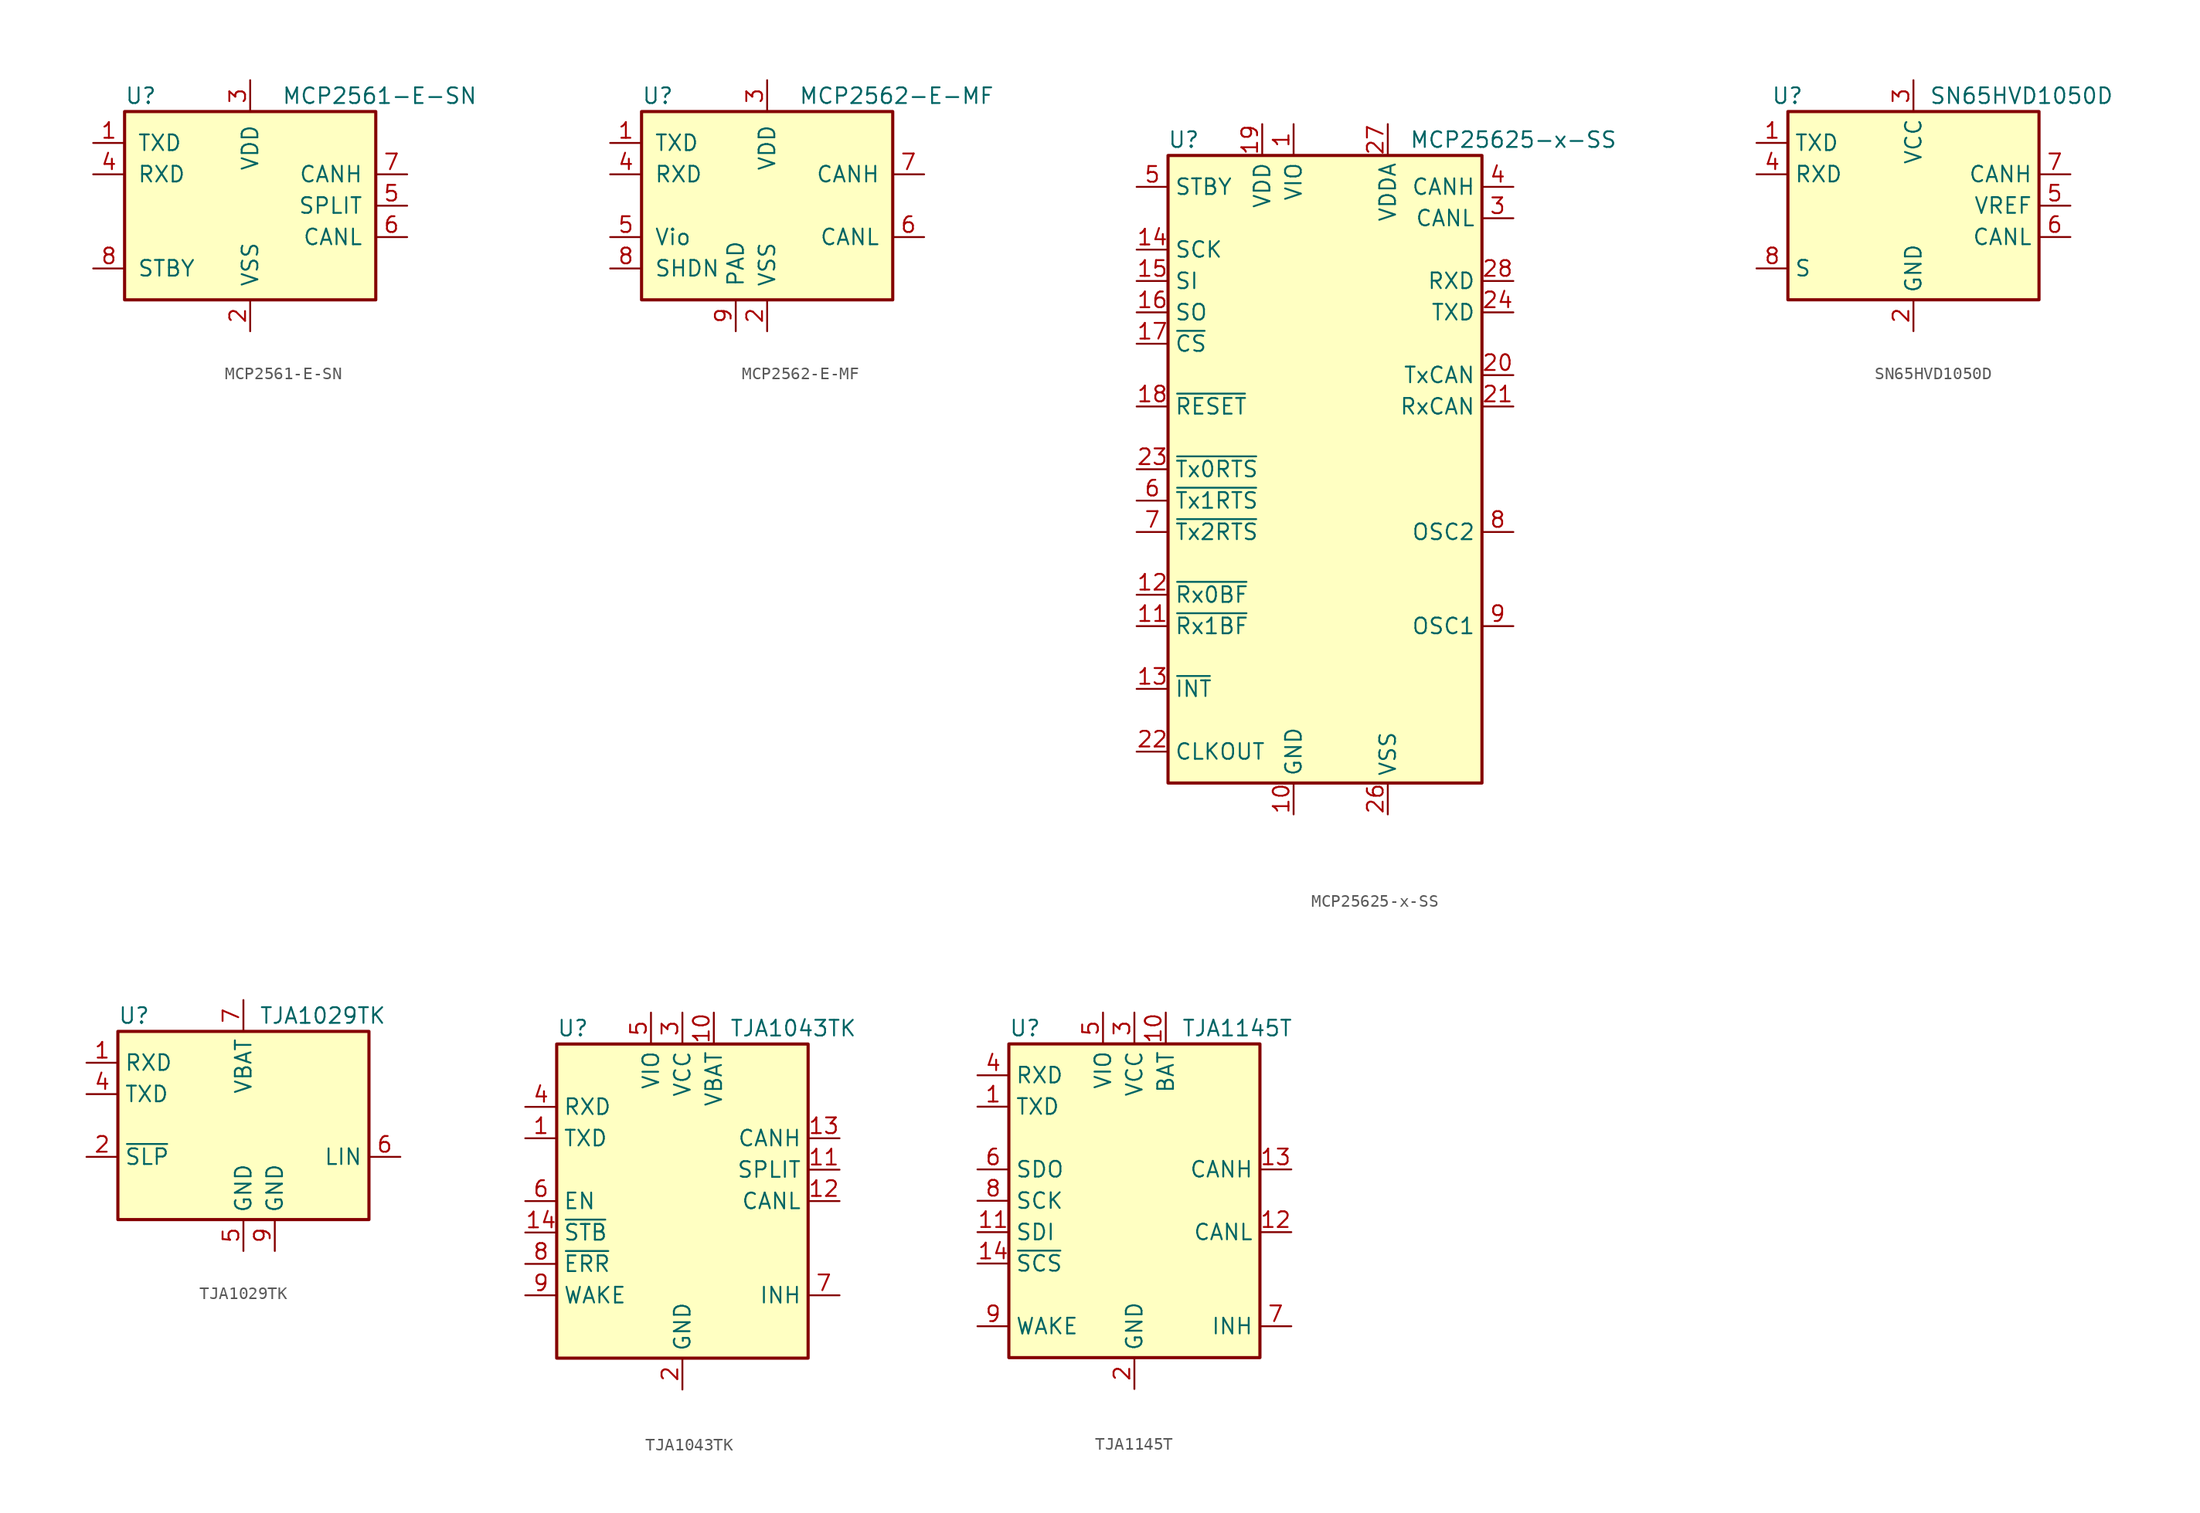
<source format=kicad_sym>
(kicad_symbol_lib
  (version 20211014)
  (generator kicad_symbol_editor)
  (symbol "MCP2561-E-SN"
    (pin_names
      (offset 1.016))
    (property "Reference" "U"
      (at -10.16 8.89 0)
      (effects (font (size 1.27 1.27)) (justify left)))
    (property "Value" "MCP2561-E-SN"
      (at 2.54 8.89 0)
      (effects (font (size 1.27 1.27)) (justify left)))
    (symbol "MCP2561-E-SN_0_1"
      (rectangle (start -10.16 7.62) (end 10.16 -7.62) (stroke (width 0.254) (type default) (color 0 0 0 0)) (fill (type background))))
    (symbol "MCP2561-E-SN_1_1"
      (pin input line (at -12.7 5.08 0) (length 2.54) (name "TXD" (effects (font (size 1.27 1.27)))) (number "1" (effects (font (size 1.27 1.27)))))
      (pin power_in line (at 0 -10.16 90) (length 2.54) (name "VSS" (effects (font (size 1.27 1.27)))) (number "2" (effects (font (size 1.27 1.27)))))
      (pin power_in line (at 0 10.16 270) (length 2.54) (name "VDD" (effects (font (size 1.27 1.27)))) (number "3" (effects (font (size 1.27 1.27)))))
      (pin output line (at -12.7 2.54 0) (length 2.54) (name "RXD" (effects (font (size 1.27 1.27)))) (number "4" (effects (font (size 1.27 1.27)))))
      (pin passive line (at 12.7 0 180) (length 2.54) (name "SPLIT" (effects (font (size 1.27 1.27)))) (number "5" (effects (font (size 1.27 1.27)))))
      (pin bidirectional line (at 12.7 -2.54 180) (length 2.54) (name "CANL" (effects (font (size 1.27 1.27)))) (number "6" (effects (font (size 1.27 1.27)))))
      (pin bidirectional line (at 12.7 2.54 180) (length 2.54) (name "CANH" (effects (font (size 1.27 1.27)))) (number "7" (effects (font (size 1.27 1.27)))))
      (pin input line (at -12.7 -5.08 0) (length 2.54) (name "STBY" (effects (font (size 1.27 1.27)))) (number "8" (effects (font (size 1.27 1.27)))))))
  (symbol "MCP2562-E-MF"
    (pin_names
      (offset 1.016))
    (property "Reference" "U"
      (at -10.16 8.89 0)
      (effects (font (size 1.27 1.27)) (justify left)))
    (property "Value" "MCP2562-E-MF"
      (at 2.54 8.89 0)
      (effects (font (size 1.27 1.27)) (justify left)))
    (symbol "MCP2562-E-MF_0_1"
      (rectangle (start -10.16 7.62) (end 10.16 -7.62) (stroke (width 0.254) (type default) (color 0 0 0 0)) (fill (type background))))
    (symbol "MCP2562-E-MF_1_1"
      (pin input line (at -12.7 5.08 0) (length 2.54) (name "TXD" (effects (font (size 1.27 1.27)))) (number "1" (effects (font (size 1.27 1.27)))))
      (pin power_in line (at 0 -10.16 90) (length 2.54) (name "VSS" (effects (font (size 1.27 1.27)))) (number "2" (effects (font (size 1.27 1.27)))))
      (pin power_in line (at 0 10.16 270) (length 2.54) (name "VDD" (effects (font (size 1.27 1.27)))) (number "3" (effects (font (size 1.27 1.27)))))
      (pin output line (at -12.7 2.54 0) (length 2.54) (name "RXD" (effects (font (size 1.27 1.27)))) (number "4" (effects (font (size 1.27 1.27)))))
      (pin power_in line (at -12.7 -2.54 0) (length 2.54) (name "Vio" (effects (font (size 1.27 1.27)))) (number "5" (effects (font (size 1.27 1.27)))))
      (pin bidirectional line (at 12.7 -2.54 180) (length 2.54) (name "CANL" (effects (font (size 1.27 1.27)))) (number "6" (effects (font (size 1.27 1.27)))))
      (pin bidirectional line (at 12.7 2.54 180) (length 2.54) (name "CANH" (effects (font (size 1.27 1.27)))) (number "7" (effects (font (size 1.27 1.27)))))
      (pin input line (at -12.7 -5.08 0) (length 2.54) (name "SHDN" (effects (font (size 1.27 1.27)))) (number "8" (effects (font (size 1.27 1.27)))))
      (pin power_in line (at -2.54 -10.16 90) (length 2.54) (name "PAD" (effects (font (size 1.27 1.27)))) (number "9" (effects (font (size 1.27 1.27)))))))
  (symbol "MCP25625-x-SS"
    (property "Reference" "U"
      (at -11.43 26.67 0)
      (effects (font (size 1.27 1.27))))
    (property "Value" "MCP25625-x-SS"
      (at 15.24 26.67 0)
      (effects (font (size 1.27 1.27))))
    (symbol "MCP25625-x-SS_0_1"
      (rectangle (start -12.7 25.4) (end 12.7 -25.4) (stroke (width 0.254) (type default) (color 0 0 0 0)) (fill (type background))))
    (symbol "MCP25625-x-SS_1_1"
      (pin power_in line (at -2.54 27.94 270) (length 2.54) (name "VIO" (effects (font (size 1.27 1.27)))) (number "1" (effects (font (size 1.27 1.27)))))
      (pin power_in line (at -2.54 -27.94 90) (length 2.54) (name "GND" (effects (font (size 1.27 1.27)))) (number "10" (effects (font (size 1.27 1.27)))))
      (pin output line (at -15.24 -12.7 0) (length 2.54) (name "~{Rx1BF}" (effects (font (size 1.27 1.27)))) (number "11" (effects (font (size 1.27 1.27)))))
      (pin output line (at -15.24 -10.16 0) (length 2.54) (name "~{Rx0BF}" (effects (font (size 1.27 1.27)))) (number "12" (effects (font (size 1.27 1.27)))))
      (pin output line (at -15.24 -17.78 0) (length 2.54) (name "~{INT}" (effects (font (size 1.27 1.27)))) (number "13" (effects (font (size 1.27 1.27)))))
      (pin input line (at -15.24 17.78 0) (length 2.54) (name "SCK" (effects (font (size 1.27 1.27)))) (number "14" (effects (font (size 1.27 1.27)))))
      (pin input line (at -15.24 15.24 0) (length 2.54) (name "SI" (effects (font (size 1.27 1.27)))) (number "15" (effects (font (size 1.27 1.27)))))
      (pin output line (at -15.24 12.7 0) (length 2.54) (name "SO" (effects (font (size 1.27 1.27)))) (number "16" (effects (font (size 1.27 1.27)))))
      (pin input line (at -15.24 10.16 0) (length 2.54) (name "~{CS}" (effects (font (size 1.27 1.27)))) (number "17" (effects (font (size 1.27 1.27)))))
      (pin input line (at -15.24 5.08 0) (length 2.54) (name "~{RESET}" (effects (font (size 1.27 1.27)))) (number "18" (effects (font (size 1.27 1.27)))))
      (pin power_in line (at -5.08 27.94 270) (length 2.54) (name "VDD" (effects (font (size 1.27 1.27)))) (number "19" (effects (font (size 1.27 1.27)))))
      (pin no_connect line (at 12.7 -15.24 180) (length 2.54) hide (name "NC" (effects (font (size 1.27 1.27)))) (number "2" (effects (font (size 1.27 1.27)))))
      (pin output line (at 15.24 7.62 180) (length 2.54) (name "TxCAN" (effects (font (size 1.27 1.27)))) (number "20" (effects (font (size 1.27 1.27)))))
      (pin input line (at 15.24 5.08 180) (length 2.54) (name "RxCAN" (effects (font (size 1.27 1.27)))) (number "21" (effects (font (size 1.27 1.27)))))
      (pin output line (at -15.24 -22.86 0) (length 2.54) (name "CLKOUT" (effects (font (size 1.27 1.27)))) (number "22" (effects (font (size 1.27 1.27)))))
      (pin input line (at -15.24 0 0) (length 2.54) (name "~{Tx0RTS}" (effects (font (size 1.27 1.27)))) (number "23" (effects (font (size 1.27 1.27)))))
      (pin input line (at 15.24 12.7 180) (length 2.54) (name "TXD" (effects (font (size 1.27 1.27)))) (number "24" (effects (font (size 1.27 1.27)))))
      (pin no_connect line (at 12.7 -17.78 180) (length 2.54) hide (name "NC" (effects (font (size 1.27 1.27)))) (number "25" (effects (font (size 1.27 1.27)))))
      (pin power_in line (at 5.08 -27.94 90) (length 2.54) (name "VSS" (effects (font (size 1.27 1.27)))) (number "26" (effects (font (size 1.27 1.27)))))
      (pin power_in line (at 5.08 27.94 270) (length 2.54) (name "VDDA" (effects (font (size 1.27 1.27)))) (number "27" (effects (font (size 1.27 1.27)))))
      (pin output line (at 15.24 15.24 180) (length 2.54) (name "RXD" (effects (font (size 1.27 1.27)))) (number "28" (effects (font (size 1.27 1.27)))))
      (pin bidirectional line (at 15.24 20.32 180) (length 2.54) (name "CANL" (effects (font (size 1.27 1.27)))) (number "3" (effects (font (size 1.27 1.27)))))
      (pin bidirectional line (at 15.24 22.86 180) (length 2.54) (name "CANH" (effects (font (size 1.27 1.27)))) (number "4" (effects (font (size 1.27 1.27)))))
      (pin input line (at -15.24 22.86 0) (length 2.54) (name "STBY" (effects (font (size 1.27 1.27)))) (number "5" (effects (font (size 1.27 1.27)))))
      (pin input line (at -15.24 -2.54 0) (length 2.54) (name "~{Tx1RTS}" (effects (font (size 1.27 1.27)))) (number "6" (effects (font (size 1.27 1.27)))))
      (pin input line (at -15.24 -5.08 0) (length 2.54) (name "~{Tx2RTS}" (effects (font (size 1.27 1.27)))) (number "7" (effects (font (size 1.27 1.27)))))
      (pin output line (at 15.24 -5.08 180) (length 2.54) (name "OSC2" (effects (font (size 1.27 1.27)))) (number "8" (effects (font (size 1.27 1.27)))))
      (pin input line (at 15.24 -12.7 180) (length 2.54) (name "OSC1" (effects (font (size 1.27 1.27)))) (number "9" (effects (font (size 1.27 1.27)))))))
  (symbol "SN65HVD1050D"
    (property "Reference" "U"
      (at -8.89 8.89 0)
      (effects (font (size 1.27 1.27)) (justify right)))
    (property "Value" "SN65HVD1050D"
      (at 1.27 8.89 0)
      (effects (font (size 1.27 1.27)) (justify left)))
    (symbol "SN65HVD1050D_0_1"
      (rectangle (start -10.16 7.62) (end 10.16 -7.62) (stroke (width 0.254) (type default) (color 0 0 0 0)) (fill (type background))))
    (symbol "SN65HVD1050D_1_1"
      (pin input line (at -12.7 5.08 0) (length 2.54) (name "TXD" (effects (font (size 1.27 1.27)))) (number "1" (effects (font (size 1.27 1.27)))))
      (pin power_in line (at 0 -10.16 90) (length 2.54) (name "GND" (effects (font (size 1.27 1.27)))) (number "2" (effects (font (size 1.27 1.27)))))
      (pin power_in line (at 0 10.16 270) (length 2.54) (name "VCC" (effects (font (size 1.27 1.27)))) (number "3" (effects (font (size 1.27 1.27)))))
      (pin output line (at -12.7 2.54 0) (length 2.54) (name "RXD" (effects (font (size 1.27 1.27)))) (number "4" (effects (font (size 1.27 1.27)))))
      (pin passive line (at 12.7 0 180) (length 2.54) (name "VREF" (effects (font (size 1.27 1.27)))) (number "5" (effects (font (size 1.27 1.27)))))
      (pin bidirectional line (at 12.7 -2.54 180) (length 2.54) (name "CANL" (effects (font (size 1.27 1.27)))) (number "6" (effects (font (size 1.27 1.27)))))
      (pin bidirectional line (at 12.7 2.54 180) (length 2.54) (name "CANH" (effects (font (size 1.27 1.27)))) (number "7" (effects (font (size 1.27 1.27)))))
      (pin input line (at -12.7 -5.08 0) (length 2.54) (name "S" (effects (font (size 1.27 1.27)))) (number "8" (effects (font (size 1.27 1.27)))))))
  (symbol "TJA1029TK"
    (property "Reference" "U"
      (at -10.16 8.89 0)
      (effects (font (size 1.27 1.27)) (justify left)))
    (property "Value" "TJA1029TK"
      (at 1.27 8.89 0)
      (effects (font (size 1.27 1.27)) (justify left)))
    (symbol "TJA1029TK_0_1"
      (rectangle (start -10.16 7.62) (end 10.16 -7.62) (stroke (width 0.254) (type default) (color 0 0 0 0)) (fill (type background))))
    (symbol "TJA1029TK_1_1"
      (pin open_collector line (at -12.7 5.08 0) (length 2.54) (name "RXD" (effects (font (size 1.27 1.27)))) (number "1" (effects (font (size 1.27 1.27)))))
      (pin input line (at -12.7 -2.54 0) (length 2.54) (name "~{SLP}" (effects (font (size 1.27 1.27)))) (number "2" (effects (font (size 1.27 1.27)))))
      (pin no_connect line (at -10.16 -5.08 0) (length 2.54) hide (name "NC" (effects (font (size 1.27 1.27)))) (number "3" (effects (font (size 1.27 1.27)))))
      (pin input line (at -12.7 2.54 0) (length 2.54) (name "TXD" (effects (font (size 1.27 1.27)))) (number "4" (effects (font (size 1.27 1.27)))))
      (pin power_in line (at 0 -10.16 90) (length 2.54) (name "GND" (effects (font (size 1.27 1.27)))) (number "5" (effects (font (size 1.27 1.27)))))
      (pin bidirectional line (at 12.7 -2.54 180) (length 2.54) (name "LIN" (effects (font (size 1.27 1.27)))) (number "6" (effects (font (size 1.27 1.27)))))
      (pin power_in line (at 0 10.16 270) (length 2.54) (name "VBAT" (effects (font (size 1.27 1.27)))) (number "7" (effects (font (size 1.27 1.27)))))
      (pin no_connect line (at 10.16 2.54 180) (length 2.54) hide (name "NC" (effects (font (size 1.27 1.27)))) (number "8" (effects (font (size 1.27 1.27)))))
      (pin power_in line (at 2.54 -10.16 90) (length 2.54) (name "GND" (effects (font (size 1.27 1.27)))) (number "9" (effects (font (size 1.27 1.27)))))))
  (symbol "TJA1043TK"
    (property "Reference" "U"
      (at -10.16 13.97 0)
      (effects (font (size 1.27 1.27)) (justify left)))
    (property "Value" "TJA1043TK"
      (at 3.81 13.97 0)
      (effects (font (size 1.27 1.27)) (justify left)))
    (symbol "TJA1043TK_0_1"
      (rectangle (start -10.16 12.7) (end 10.16 -12.7) (stroke (width 0.254) (type default) (color 0 0 0 0)) (fill (type background))))
    (symbol "TJA1043TK_1_1"
      (pin input line (at -12.7 5.08 0) (length 2.54) (name "TXD" (effects (font (size 1.27 1.27)))) (number "1" (effects (font (size 1.27 1.27)))))
      (pin power_in line (at 2.54 15.24 270) (length 2.54) (name "VBAT" (effects (font (size 1.27 1.27)))) (number "10" (effects (font (size 1.27 1.27)))))
      (pin output line (at 12.7 2.54 180) (length 2.54) (name "SPLIT" (effects (font (size 1.27 1.27)))) (number "11" (effects (font (size 1.27 1.27)))))
      (pin bidirectional line (at 12.7 0 180) (length 2.54) (name "CANL" (effects (font (size 1.27 1.27)))) (number "12" (effects (font (size 1.27 1.27)))))
      (pin bidirectional line (at 12.7 5.08 180) (length 2.54) (name "CANH" (effects (font (size 1.27 1.27)))) (number "13" (effects (font (size 1.27 1.27)))))
      (pin input line (at -12.7 -2.54 0) (length 2.54) (name "~{STB}" (effects (font (size 1.27 1.27)))) (number "14" (effects (font (size 1.27 1.27)))))
      (pin passive line (at 0 -15.24 90) (length 2.54) hide (name "GND" (effects (font (size 1.27 1.27)))) (number "15" (effects (font (size 1.27 1.27)))))
      (pin power_in line (at 0 -15.24 90) (length 2.54) (name "GND" (effects (font (size 1.27 1.27)))) (number "2" (effects (font (size 1.27 1.27)))))
      (pin power_in line (at 0 15.24 270) (length 2.54) (name "VCC" (effects (font (size 1.27 1.27)))) (number "3" (effects (font (size 1.27 1.27)))))
      (pin output line (at -12.7 7.62 0) (length 2.54) (name "RXD" (effects (font (size 1.27 1.27)))) (number "4" (effects (font (size 1.27 1.27)))))
      (pin power_in line (at -2.54 15.24 270) (length 2.54) (name "VIO" (effects (font (size 1.27 1.27)))) (number "5" (effects (font (size 1.27 1.27)))))
      (pin input line (at -12.7 0 0) (length 2.54) (name "EN" (effects (font (size 1.27 1.27)))) (number "6" (effects (font (size 1.27 1.27)))))
      (pin open_emitter line (at 12.7 -7.62 180) (length 2.54) (name "INH" (effects (font (size 1.27 1.27)))) (number "7" (effects (font (size 1.27 1.27)))))
      (pin output line (at -12.7 -5.08 0) (length 2.54) (name "~{ERR}" (effects (font (size 1.27 1.27)))) (number "8" (effects (font (size 1.27 1.27)))))
      (pin input line (at -12.7 -7.62 0) (length 2.54) (name "WAKE" (effects (font (size 1.27 1.27)))) (number "9" (effects (font (size 1.27 1.27)))))))
  (symbol "TJA1145T"
    (property "Reference" "U"
      (at -10.16 13.97 0)
      (effects (font (size 1.27 1.27)) (justify left)))
    (property "Value" "TJA1145T"
      (at 3.81 13.97 0)
      (effects (font (size 1.27 1.27)) (justify left)))
    (symbol "TJA1145T_0_1"
      (rectangle (start -10.16 12.7) (end 10.16 -12.7) (stroke (width 0.254) (type default) (color 0 0 0 0)) (fill (type background))))
    (symbol "TJA1145T_1_1"
      (pin input line (at -12.7 7.62 0) (length 2.54) (name "TXD" (effects (font (size 1.27 1.27)))) (number "1" (effects (font (size 1.27 1.27)))))
      (pin power_in line (at 2.54 15.24 270) (length 2.54) (name "BAT" (effects (font (size 1.27 1.27)))) (number "10" (effects (font (size 1.27 1.27)))))
      (pin input line (at -12.7 -2.54 0) (length 2.54) (name "SDI" (effects (font (size 1.27 1.27)))) (number "11" (effects (font (size 1.27 1.27)))))
      (pin bidirectional line (at 12.7 -2.54 180) (length 2.54) (name "CANL" (effects (font (size 1.27 1.27)))) (number "12" (effects (font (size 1.27 1.27)))))
      (pin bidirectional line (at 12.7 2.54 180) (length 2.54) (name "CANH" (effects (font (size 1.27 1.27)))) (number "13" (effects (font (size 1.27 1.27)))))
      (pin input line (at -12.7 -5.08 0) (length 2.54) (name "~{SCS}" (effects (font (size 1.27 1.27)))) (number "14" (effects (font (size 1.27 1.27)))))
      (pin power_in line (at 0 -15.24 90) (length 2.54) (name "GND" (effects (font (size 1.27 1.27)))) (number "2" (effects (font (size 1.27 1.27)))))
      (pin power_in line (at 0 15.24 270) (length 2.54) (name "VCC" (effects (font (size 1.27 1.27)))) (number "3" (effects (font (size 1.27 1.27)))))
      (pin output line (at -12.7 10.16 0) (length 2.54) (name "RXD" (effects (font (size 1.27 1.27)))) (number "4" (effects (font (size 1.27 1.27)))))
      (pin power_in line (at -2.54 15.24 270) (length 2.54) (name "VIO" (effects (font (size 1.27 1.27)))) (number "5" (effects (font (size 1.27 1.27)))))
      (pin output line (at -12.7 2.54 0) (length 2.54) (name "SDO" (effects (font (size 1.27 1.27)))) (number "6" (effects (font (size 1.27 1.27)))))
      (pin open_emitter line (at 12.7 -10.16 180) (length 2.54) (name "INH" (effects (font (size 1.27 1.27)))) (number "7" (effects (font (size 1.27 1.27)))))
      (pin input line (at -12.7 0 0) (length 2.54) (name "SCK" (effects (font (size 1.27 1.27)))) (number "8" (effects (font (size 1.27 1.27)))))
      (pin input line (at -12.7 -10.16 0) (length 2.54) (name "WAKE" (effects (font (size 1.27 1.27)))) (number "9" (effects (font (size 1.27 1.27))))))))
</source>
